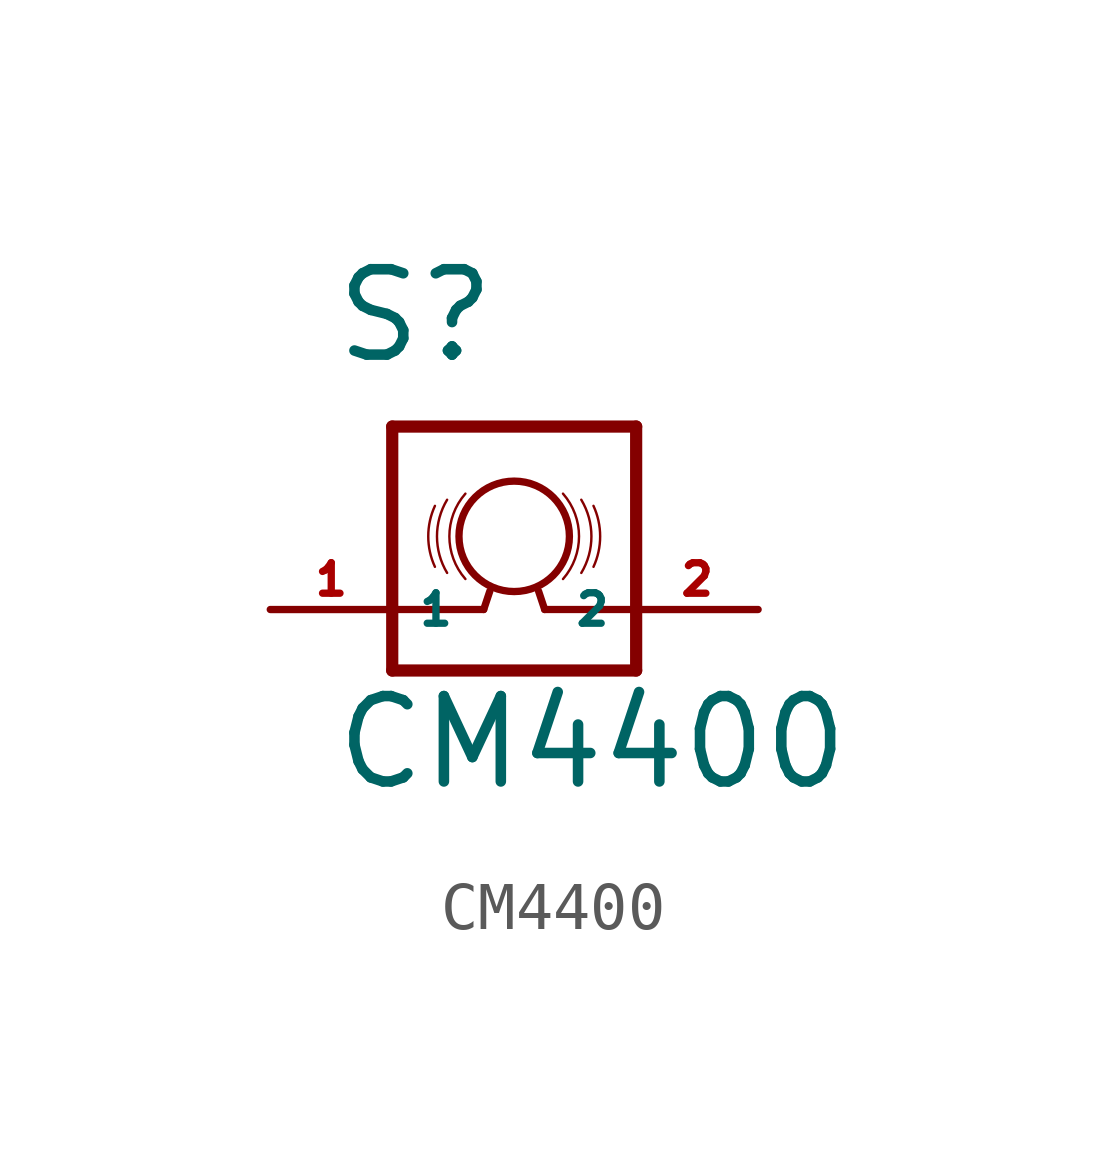
<source format=kicad_sym>
(kicad_symbol_lib
  (version 20220914)
  (generator Eagle2Kicad)
  (symbol "CM4400"
    (property "Reference" "S"
      (at -3.81 5.08 0)
      (effects (font (size 1.778 1.778) (thickness 0.22)) (justify left bottom)))
    (property "Value" "CM4400"
      (at -3.81 -3.81 0)
      (effects (font (size 1.778 1.778) (thickness 0.22)) (justify left bottom)))
    (polyline
      (pts (xy -2.54 0) (xy -0.635 0))
      (stroke (width 0.152) (type default))
      (fill (type none)))
    (polyline
      (pts (xy -0.635 0) (xy -0.508 0.381))
      (stroke (width 0.152) (type default))
      (fill (type none)))
    (polyline
      (pts (xy 0.508 0.381) (xy 0.635 0))
      (stroke (width 0.152) (type default))
      (fill (type none)))
    (polyline
      (pts (xy 0.635 0) (xy 2.54 0))
      (stroke (width 0.152) (type default))
      (fill (type none)))
    (polyline
      (pts (xy -2.54 -1.27) (xy -2.54 3.81))
      (stroke (width 0.254) (type default))
      (fill (type none)))
    (polyline
      (pts (xy -2.54 3.81) (xy 2.54 3.81))
      (stroke (width 0.254) (type default))
      (fill (type none)))
    (polyline
      (pts (xy 2.54 3.81) (xy 2.54 -1.27))
      (stroke (width 0.254) (type default))
      (fill (type none)))
    (polyline
      (pts (xy 2.54 -1.27) (xy -2.54 -1.27))
      (stroke (width 0.254) (type default))
      (fill (type none)))
    (arc
      (start -1.016 2.413)
      (mid -1.350 1.524)
      (end -1.016 0.635)
      (stroke (width 0.0508) (type default))
      (fill (type none)))
    (arc
      (start -1.397 2.286)
      (mid -1.608 1.524)
      (end -1.397 0.762)
      (stroke (width 0.0508) (type default))
      (fill (type none)))
    (arc
      (start -1.651 2.159)
      (mid -1.790 1.524)
      (end -1.651 0.889)
      (stroke (width 0.0508) (type default))
      (fill (type none)))
    (arc
      (start 1.016 0.635)
      (mid 1.350 1.524)
      (end 1.016 2.413)
      (stroke (width 0.0508) (type default))
      (fill (type none)))
    (arc
      (start 1.397 0.762)
      (mid 1.608 1.524)
      (end 1.397 2.286)
      (stroke (width 0.0508) (type default))
      (fill (type none)))
    (arc
      (start 1.651 0.889)
      (mid 1.790 1.524)
      (end 1.651 2.159)
      (stroke (width 0.0508) (type default))
      (fill (type none)))
    (circle
      (center 0 1.524)
      (radius 1.15)
      (stroke (width 0) (type default))
      (fill (type none)))
    (pin passive line
      (at -5.08 0 0)
      (length 2.54)
      (name "1" (effects (font (size 0.635 0.635) (thickness 0.08)) (justify left bottom)))
      (number "1" (effects (font (size 0.635 0.635) (thickness 0.08)) (justify left bottom))))
    (pin passive line
      (at 5.08 0 180)
      (length 2.54)
      (name "2" (effects (font (size 0.635 0.635) (thickness 0.08)) (justify left bottom)))
      (number "2" (effects (font (size 0.635 0.635) (thickness 0.08)) (justify left bottom))))))
</source>
